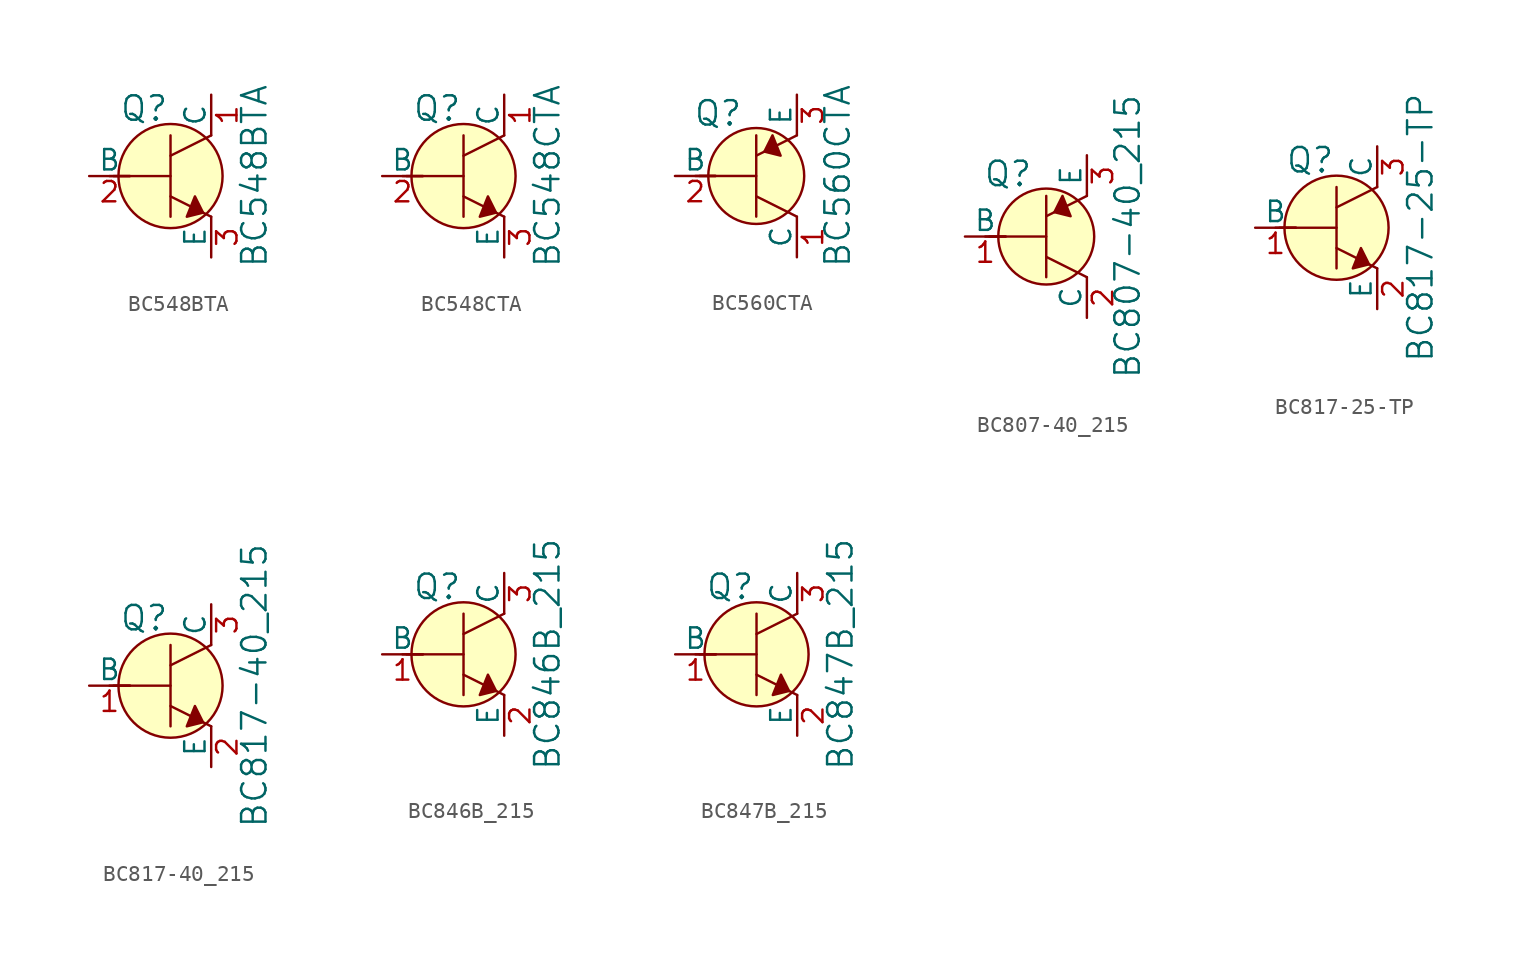
<source format=kicad_sym>
(kicad_symbol_lib
  (version 20201005)
  (generator kicad_symbol_editor)
  (symbol "BC548BTA"
    (pin_names
      (offset 0))
    (property "Reference" "Q"
      (at -3.2 4.216 0)
      (effects (font (size 1.524 1.524)) (justify left)))
    (property "Value" "BC548BTA"
      (at 5.232 0 90)
      (effects (font (size 1.524 1.524))))
    (symbol "BC548BTA_0_1"
      (circle (center 0 0) (radius 3.251) (stroke (width 0)) (fill (type background)))
      (polyline (pts (xy -3.81 0) (xy -2.54 0)) (stroke (width 0)) (fill (type none)))
      (polyline (pts (xy -3.556 0) (xy 0 0)) (stroke (width 0)) (fill (type none)))
      (polyline (pts (xy 0 -1.27) (xy 2.54 -2.54)) (stroke (width 0)) (fill (type none)))
      (polyline (pts (xy 0 1.27) (xy 2.54 2.54)) (stroke (width 0)) (fill (type none)))
      (polyline (pts (xy 0 2.54) (xy 0 -2.54)) (stroke (width 0)) (fill (type none)))
      (polyline (pts (xy 1.524 -1.27) (xy 2.032 -2.286) (xy 1.016 -2.54) (xy 1.524 -1.27)) (stroke (width 0)) (fill (type outline))))
    (symbol "BC548BTA_1_1"
      (pin passive line (at 2.54 5.08 270) (length 2.54) (name "C" (effects (font (size 1.27 1.27)))) (number "1" (effects (font (size 1.27 1.27)))))
      (pin input line (at -5.08 0 0) (length 2.54) (name "B" (effects (font (size 1.27 1.27)))) (number "2" (effects (font (size 1.27 1.27)))))
      (pin passive line (at 2.54 -5.08 90) (length 2.54) (name "E" (effects (font (size 1.27 1.27)))) (number "3" (effects (font (size 1.27 1.27)))))))
  (symbol "BC548CTA"
    (pin_names
      (offset 0))
    (property "Reference" "Q"
      (at -3.2 4.216 0)
      (effects (font (size 1.524 1.524)) (justify left)))
    (property "Value" "BC548CTA"
      (at 5.232 0 90)
      (effects (font (size 1.524 1.524))))
    (symbol "BC548CTA_0_1"
      (circle (center 0 0) (radius 3.251) (stroke (width 0)) (fill (type background)))
      (polyline (pts (xy -3.81 0) (xy -2.54 0)) (stroke (width 0)) (fill (type none)))
      (polyline (pts (xy -3.556 0) (xy 0 0)) (stroke (width 0)) (fill (type none)))
      (polyline (pts (xy 0 -1.27) (xy 2.54 -2.54)) (stroke (width 0)) (fill (type none)))
      (polyline (pts (xy 0 1.27) (xy 2.54 2.54)) (stroke (width 0)) (fill (type none)))
      (polyline (pts (xy 0 2.54) (xy 0 -2.54)) (stroke (width 0)) (fill (type none)))
      (polyline (pts (xy 1.524 -1.27) (xy 2.032 -2.286) (xy 1.016 -2.54) (xy 1.524 -1.27)) (stroke (width 0)) (fill (type outline))))
    (symbol "BC548CTA_1_1"
      (pin passive line (at 2.54 5.08 270) (length 2.54) (name "C" (effects (font (size 1.27 1.27)))) (number "1" (effects (font (size 1.27 1.27)))))
      (pin input line (at -5.08 0 0) (length 2.54) (name "B" (effects (font (size 1.27 1.27)))) (number "2" (effects (font (size 1.27 1.27)))))
      (pin passive line (at 2.54 -5.08 90) (length 2.54) (name "E" (effects (font (size 1.27 1.27)))) (number "3" (effects (font (size 1.27 1.27)))))))
  (symbol "BC560CTA"
    (pin_names
      (offset 0))
    (property "Reference" "Q"
      (at -2.388 3.912 0)
      (effects (font (size 1.524 1.524))))
    (property "Value" "BC560CTA"
      (at 5.08 0 90)
      (effects (font (size 1.524 1.524))))
    (symbol "BC560CTA_0_1"
      (circle (center 0 0) (radius 2.997) (stroke (width 0)) (fill (type background)))
      (polyline (pts (xy -3.81 0) (xy -2.54 0)) (stroke (width 0)) (fill (type none)))
      (polyline (pts (xy -3.556 0) (xy 0 0)) (stroke (width 0)) (fill (type none)))
      (polyline (pts (xy 0 -1.27) (xy 2.54 -2.54)) (stroke (width 0)) (fill (type none)))
      (polyline (pts (xy 0 1.27) (xy 2.54 2.54)) (stroke (width 0)) (fill (type none)))
      (polyline (pts (xy 0 2.54) (xy 0 -2.54)) (stroke (width 0)) (fill (type none)))
      (polyline (pts (xy 1.016 2.54) (xy 0.508 1.524) (xy 1.524 1.27) (xy 1.016 2.54)) (stroke (width 0)) (fill (type outline))))
    (symbol "BC560CTA_1_1"
      (pin passive line (at 2.54 -5.08 90) (length 2.54) (name "C" (effects (font (size 1.27 1.27)))) (number "1" (effects (font (size 1.27 1.27)))))
      (pin input line (at -5.08 0 0) (length 2.54) (name "B" (effects (font (size 1.27 1.27)))) (number "2" (effects (font (size 1.27 1.27)))))
      (pin passive line (at 2.54 5.08 270) (length 2.54) (name "E" (effects (font (size 1.27 1.27)))) (number "3" (effects (font (size 1.27 1.27)))))))
  (symbol "BC807-40_215"
    (pin_names
      (offset 0))
    (property "Reference" "Q"
      (at -2.388 3.912 0)
      (effects (font (size 1.524 1.524))))
    (property "Value" "BC807-40_215"
      (at 5.08 0 90)
      (effects (font (size 1.524 1.524))))
    (symbol "BC807-40_215_0_1"
      (circle (center 0 0) (radius 2.997) (stroke (width 0)) (fill (type background)))
      (polyline (pts (xy -3.81 0) (xy -2.54 0)) (stroke (width 0)) (fill (type none)))
      (polyline (pts (xy -3.556 0) (xy 0 0)) (stroke (width 0)) (fill (type none)))
      (polyline (pts (xy 0 -1.27) (xy 2.54 -2.54)) (stroke (width 0)) (fill (type none)))
      (polyline (pts (xy 0 1.27) (xy 2.54 2.54)) (stroke (width 0)) (fill (type none)))
      (polyline (pts (xy 0 2.54) (xy 0 -2.54)) (stroke (width 0)) (fill (type none)))
      (polyline (pts (xy 1.016 2.54) (xy 0.508 1.524) (xy 1.524 1.27) (xy 1.016 2.54)) (stroke (width 0)) (fill (type outline))))
    (symbol "BC807-40_215_1_1"
      (pin input line (at -5.08 0 0) (length 2.54) (name "B" (effects (font (size 1.27 1.27)))) (number "1" (effects (font (size 1.27 1.27)))))
      (pin passive line (at 2.54 -5.08 90) (length 2.54) (name "C" (effects (font (size 1.27 1.27)))) (number "2" (effects (font (size 1.27 1.27)))))
      (pin passive line (at 2.54 5.08 270) (length 2.54) (name "E" (effects (font (size 1.27 1.27)))) (number "3" (effects (font (size 1.27 1.27)))))))
  (symbol "BC817-25-TP"
    (pin_names
      (offset 0))
    (property "Reference" "Q"
      (at -3.2 4.216 0)
      (effects (font (size 1.524 1.524)) (justify left)))
    (property "Value" "BC817-25-TP"
      (at 5.232 0 90)
      (effects (font (size 1.524 1.524))))
    (symbol "BC817-25-TP_0_1"
      (circle (center 0 0) (radius 3.251) (stroke (width 0)) (fill (type background)))
      (polyline (pts (xy -3.81 0) (xy -2.54 0)) (stroke (width 0)) (fill (type none)))
      (polyline (pts (xy -3.556 0) (xy 0 0)) (stroke (width 0)) (fill (type none)))
      (polyline (pts (xy 0 -1.27) (xy 2.54 -2.54)) (stroke (width 0)) (fill (type none)))
      (polyline (pts (xy 0 1.27) (xy 2.54 2.54)) (stroke (width 0)) (fill (type none)))
      (polyline (pts (xy 0 2.54) (xy 0 -2.54)) (stroke (width 0)) (fill (type none)))
      (polyline (pts (xy 1.524 -1.27) (xy 2.032 -2.286) (xy 1.016 -2.54) (xy 1.524 -1.27)) (stroke (width 0)) (fill (type outline))))
    (symbol "BC817-25-TP_1_1"
      (pin input line (at -5.08 0 0) (length 2.54) (name "B" (effects (font (size 1.27 1.27)))) (number "1" (effects (font (size 1.27 1.27)))))
      (pin passive line (at 2.54 -5.08 90) (length 2.54) (name "E" (effects (font (size 1.27 1.27)))) (number "2" (effects (font (size 1.27 1.27)))))
      (pin passive line (at 2.54 5.08 270) (length 2.54) (name "C" (effects (font (size 1.27 1.27)))) (number "3" (effects (font (size 1.27 1.27)))))))
  (symbol "BC817-40_215"
    (pin_names
      (offset 0))
    (property "Reference" "Q"
      (at -3.2 4.216 0)
      (effects (font (size 1.524 1.524)) (justify left)))
    (property "Value" "BC817-40_215"
      (at 5.232 0 90)
      (effects (font (size 1.524 1.524))))
    (symbol "BC817-40_215_0_1"
      (circle (center 0 0) (radius 3.251) (stroke (width 0)) (fill (type background)))
      (polyline (pts (xy -3.81 0) (xy -2.54 0)) (stroke (width 0)) (fill (type none)))
      (polyline (pts (xy -3.556 0) (xy 0 0)) (stroke (width 0)) (fill (type none)))
      (polyline (pts (xy 0 -1.27) (xy 2.54 -2.54)) (stroke (width 0)) (fill (type none)))
      (polyline (pts (xy 0 1.27) (xy 2.54 2.54)) (stroke (width 0)) (fill (type none)))
      (polyline (pts (xy 0 2.54) (xy 0 -2.54)) (stroke (width 0)) (fill (type none)))
      (polyline (pts (xy 1.524 -1.27) (xy 2.032 -2.286) (xy 1.016 -2.54) (xy 1.524 -1.27)) (stroke (width 0)) (fill (type outline))))
    (symbol "BC817-40_215_1_1"
      (pin input line (at -5.08 0 0) (length 2.54) (name "B" (effects (font (size 1.27 1.27)))) (number "1" (effects (font (size 1.27 1.27)))))
      (pin passive line (at 2.54 -5.08 90) (length 2.54) (name "E" (effects (font (size 1.27 1.27)))) (number "2" (effects (font (size 1.27 1.27)))))
      (pin passive line (at 2.54 5.08 270) (length 2.54) (name "C" (effects (font (size 1.27 1.27)))) (number "3" (effects (font (size 1.27 1.27)))))))
  (symbol "BC846B_215"
    (pin_names
      (offset 0))
    (property "Reference" "Q"
      (at -3.2 4.216 0)
      (effects (font (size 1.524 1.524)) (justify left)))
    (property "Value" "BC846B_215"
      (at 5.232 0 90)
      (effects (font (size 1.524 1.524))))
    (symbol "BC846B_215_0_1"
      (circle (center 0 0) (radius 3.251) (stroke (width 0)) (fill (type background)))
      (polyline (pts (xy -3.81 0) (xy -2.54 0)) (stroke (width 0)) (fill (type none)))
      (polyline (pts (xy -3.556 0) (xy 0 0)) (stroke (width 0)) (fill (type none)))
      (polyline (pts (xy 0 -1.27) (xy 2.54 -2.54)) (stroke (width 0)) (fill (type none)))
      (polyline (pts (xy 0 1.27) (xy 2.54 2.54)) (stroke (width 0)) (fill (type none)))
      (polyline (pts (xy 0 2.54) (xy 0 -2.54)) (stroke (width 0)) (fill (type none)))
      (polyline (pts (xy 1.524 -1.27) (xy 2.032 -2.286) (xy 1.016 -2.54) (xy 1.524 -1.27)) (stroke (width 0)) (fill (type outline))))
    (symbol "BC846B_215_1_1"
      (pin input line (at -5.08 0 0) (length 2.54) (name "B" (effects (font (size 1.27 1.27)))) (number "1" (effects (font (size 1.27 1.27)))))
      (pin passive line (at 2.54 -5.08 90) (length 2.54) (name "E" (effects (font (size 1.27 1.27)))) (number "2" (effects (font (size 1.27 1.27)))))
      (pin passive line (at 2.54 5.08 270) (length 2.54) (name "C" (effects (font (size 1.27 1.27)))) (number "3" (effects (font (size 1.27 1.27)))))))
  (symbol "BC847B_215"
    (pin_names
      (offset 0))
    (property "Reference" "Q"
      (at -3.2 4.216 0)
      (effects (font (size 1.524 1.524)) (justify left)))
    (property "Value" "BC847B_215"
      (at 5.232 0 90)
      (effects (font (size 1.524 1.524))))
    (symbol "BC847B_215_0_1"
      (circle (center 0 0) (radius 3.251) (stroke (width 0)) (fill (type background)))
      (polyline (pts (xy -3.81 0) (xy -2.54 0)) (stroke (width 0)) (fill (type none)))
      (polyline (pts (xy -3.556 0) (xy 0 0)) (stroke (width 0)) (fill (type none)))
      (polyline (pts (xy 0 -1.27) (xy 2.54 -2.54)) (stroke (width 0)) (fill (type none)))
      (polyline (pts (xy 0 1.27) (xy 2.54 2.54)) (stroke (width 0)) (fill (type none)))
      (polyline (pts (xy 0 2.54) (xy 0 -2.54)) (stroke (width 0)) (fill (type none)))
      (polyline (pts (xy 1.524 -1.27) (xy 2.032 -2.286) (xy 1.016 -2.54) (xy 1.524 -1.27)) (stroke (width 0)) (fill (type outline))))
    (symbol "BC847B_215_1_1"
      (pin input line (at -5.08 0 0) (length 2.54) (name "B" (effects (font (size 1.27 1.27)))) (number "1" (effects (font (size 1.27 1.27)))))
      (pin passive line (at 2.54 -5.08 90) (length 2.54) (name "E" (effects (font (size 1.27 1.27)))) (number "2" (effects (font (size 1.27 1.27)))))
      (pin passive line (at 2.54 5.08 270) (length 2.54) (name "C" (effects (font (size 1.27 1.27)))) (number "3" (effects (font (size 1.27 1.27))))))))
</source>
